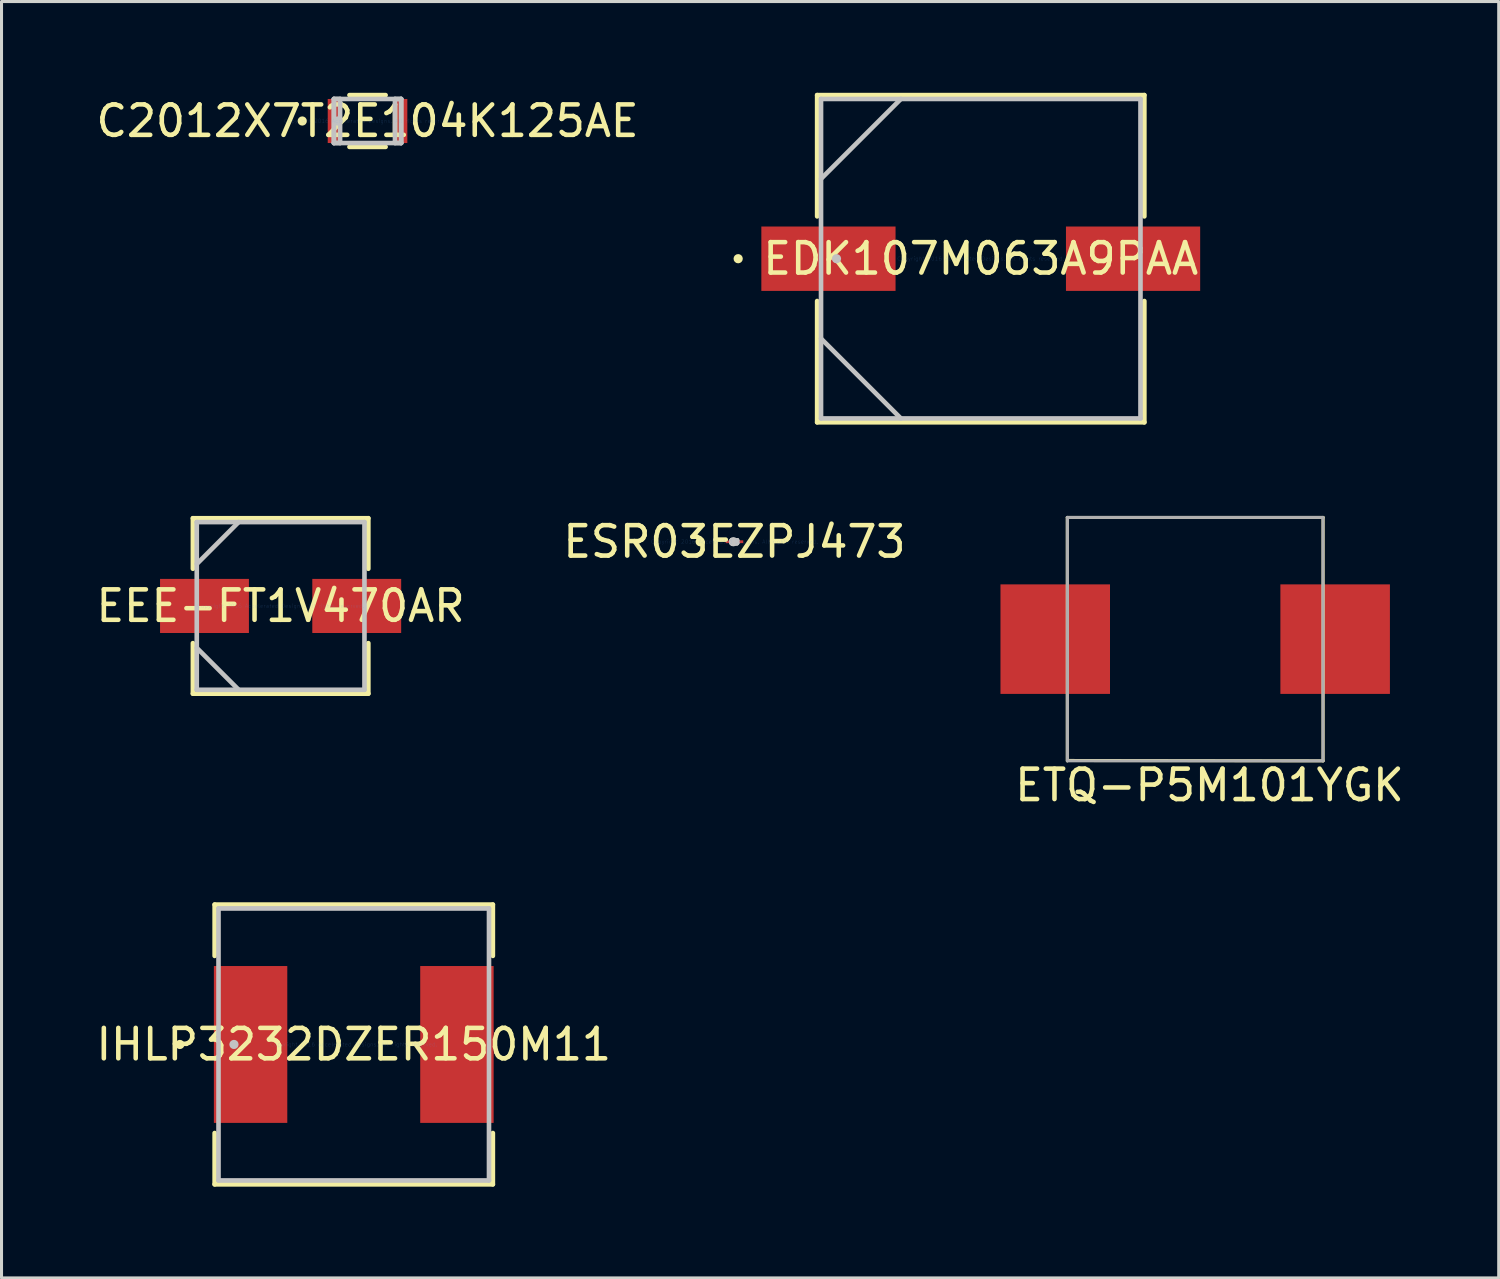
<source format=kicad_pcb>
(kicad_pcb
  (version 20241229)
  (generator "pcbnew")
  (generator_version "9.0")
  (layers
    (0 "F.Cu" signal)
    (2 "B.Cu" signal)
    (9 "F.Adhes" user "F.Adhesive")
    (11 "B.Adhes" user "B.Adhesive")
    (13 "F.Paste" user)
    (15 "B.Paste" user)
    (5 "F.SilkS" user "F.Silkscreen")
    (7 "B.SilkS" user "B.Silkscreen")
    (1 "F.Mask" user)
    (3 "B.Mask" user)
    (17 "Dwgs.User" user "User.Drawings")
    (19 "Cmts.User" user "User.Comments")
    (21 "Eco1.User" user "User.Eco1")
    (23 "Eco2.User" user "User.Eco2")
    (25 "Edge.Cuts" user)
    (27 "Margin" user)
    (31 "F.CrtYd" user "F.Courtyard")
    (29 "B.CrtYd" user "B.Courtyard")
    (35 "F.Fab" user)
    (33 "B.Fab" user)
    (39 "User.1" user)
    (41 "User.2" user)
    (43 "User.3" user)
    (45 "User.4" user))
  (footprint "EEE-FT1V470AR"
    (layer "F.Cu")
    (at 6.173 16.866)
    (property "Reference" "EEE-FT1V470AR" (at 0 0 0) (layer "F.SilkS") (effects (font (size 1 1) (thickness 0.15))))
    (attr through_hole)
    (fp_line (start -2.883 -2.883) (end -2.883 -1.222) (stroke (width 0.152) (type solid)) (layer "F.SilkS"))
    (fp_line (start -2.883 1.222) (end -2.883 2.883) (stroke (width 0.152) (type solid)) (layer "F.SilkS"))
    (fp_line (start -2.883 2.883) (end 2.883 2.883) (stroke (width 0.152) (type solid)) (layer "F.SilkS"))
    (fp_line (start 2.883 -2.883) (end -2.883 -2.883) (stroke (width 0.152) (type solid)) (layer "F.SilkS"))
    (fp_line (start 2.883 -1.222) (end 2.883 -2.883) (stroke (width 0.152) (type solid)) (layer "F.SilkS"))
    (fp_line (start 2.883 2.883) (end 2.883 1.222) (stroke (width 0.152) (type solid)) (layer "F.SilkS"))
    (fp_line (start -2.756 -2.756) (end -2.756 2.756) (stroke (width 0.152) (type solid)) (layer "Dwgs.User"))
    (fp_line (start -2.756 -1.378) (end -1.378 -2.756) (stroke (width 0.152) (type solid)) (layer "Dwgs.User"))
    (fp_line (start -2.756 1.378) (end -1.378 2.756) (stroke (width 0.152) (type solid)) (layer "Dwgs.User"))
    (fp_line (start -2.756 2.756) (end 2.756 2.756) (stroke (width 0.152) (type solid)) (layer "Dwgs.User"))
    (fp_line (start 2.756 -2.756) (end -2.756 -2.756) (stroke (width 0.152) (type solid)) (layer "Dwgs.User"))
    (fp_line (start 2.756 2.756) (end 2.756 -2.756) (stroke (width 0.152) (type solid)) (layer "Dwgs.User"))
    (fp_text user "Copyright 2016 Accelerated Designs. All rights reserved." (at 0 0 0) (layer "Cmts.User") (effects (font (size 0.127 0.127) (thickness 0.002))))
    (pad "1" smd rect (at -2.502 0) (size 2.921 1.778) (layers "F.Cu" "F.Mask" "F.Paste"))
    (pad "2" smd rect (at 2.502 0) (size 2.921 1.778) (layers "F.Cu" "F.Mask" "F.Paste")))
  (footprint "ETQ-P5M101YGK"
    (layer "F.Cu")
    (at 36.233 17.957)
    (property "Reference" "ETQ-P5M101YGK" (at 0.47 4.801 0) (layer "F.SilkS") (effects (font (size 1 1) (thickness 0.15))))
    (attr through_hole)
    (fp_line (start -4.204 -4) (end -4.204 4) (stroke (width 0.1) (type solid)) (layer "F.SilkS"))
    (fp_line (start -4.191 3.988) (end 4.204 4) (stroke (width 0.1) (type solid)) (layer "F.SilkS"))
    (fp_line (start 4.204 -4) (end -4.204 -4) (stroke (width 0.1) (type solid)) (layer "F.SilkS"))
    (fp_line (start 4.204 4) (end 4.204 -4) (stroke (width 0.1) (type solid)) (layer "F.SilkS"))
    (fp_line (start -4.2 -4) (end -4.2 4) (stroke (width 0.1) (type solid)) (layer "F.Fab"))
    (fp_line (start -4.2 -4) (end 4.2 -4) (stroke (width 0.1) (type solid)) (layer "F.Fab"))
    (fp_line (start -4.2 4) (end 4.2 4) (stroke (width 0.1) (type solid)) (layer "F.Fab"))
    (fp_line (start 4.2 -4) (end 4.2 4) (stroke (width 0.1) (type solid)) (layer "F.Fab"))
    (pad "1" smd rect (at -4.6 0) (size 3.6 3.6) (layers "F.Cu" "F.Mask" "F.Paste"))
    (pad "2" smd rect (at 4.6 0) (size 3.6 3.6) (layers "F.Cu" "F.Mask" "F.Paste")))
  (footprint "ESR03EZPJ473"
    (layer "F.Cu")
    (at 21.089 14.755)
    (property "Reference" "ESR03EZPJ473" (at 0 0 0) (layer "F.SilkS") (effects (font (size 1 1) (thickness 0.15))))
    (attr through_hole)
    (fp_circle (center -1.126 0) (end -1.05 0) (stroke (width 0.152) (type solid)) (fill no) (layer "F.SilkS"))
    (fp_line (start -0.085 -0.045) (end -0.085 0.045) (stroke (width 0.152) (type solid)) (layer "Dwgs.User"))
    (fp_line (start -0.085 -0.045) (end -0.085 0.045) (stroke (width 0.152) (type solid)) (layer "Dwgs.User"))
    (fp_line (start -0.085 0.045) (end -0.035 0.045) (stroke (width 0.152) (type solid)) (layer "Dwgs.User"))
    (fp_line (start -0.085 0.045) (end 0.085 0.045) (stroke (width 0.152) (type solid)) (layer "Dwgs.User"))
    (fp_line (start -0.035 -0.045) (end -0.085 -0.045) (stroke (width 0.152) (type solid)) (layer "Dwgs.User"))
    (fp_line (start -0.035 0.045) (end -0.035 -0.045) (stroke (width 0.152) (type solid)) (layer "Dwgs.User"))
    (fp_line (start 0.035 -0.045) (end 0.035 0.045) (stroke (width 0.152) (type solid)) (layer "Dwgs.User"))
    (fp_line (start 0.035 0.045) (end 0.085 0.045) (stroke (width 0.152) (type solid)) (layer "Dwgs.User"))
    (fp_line (start 0.085 -0.045) (end -0.085 -0.045) (stroke (width 0.152) (type solid)) (layer "Dwgs.User"))
    (fp_line (start 0.085 -0.045) (end 0.035 -0.045) (stroke (width 0.152) (type solid)) (layer "Dwgs.User"))
    (fp_line (start 0.085 0.045) (end 0.085 -0.045) (stroke (width 0.152) (type solid)) (layer "Dwgs.User"))
    (fp_line (start 0.085 0.045) (end 0.085 -0.045) (stroke (width 0.152) (type solid)) (layer "Dwgs.User"))
    (fp_circle (center -0.035 0) (end 0.042 0) (stroke (width 0.152) (type solid)) (fill no) (layer "Dwgs.User"))
    (fp_text user "Copyright 2016 Accelerated Designs. All rights reserved." (at 0 0 0) (layer "Cmts.User") (effects (font (size 0.127 0.127) (thickness 0.002))))
    (pad "1" smd rect (at -0.162 0) (size 0.253 0.09) (layers "F.Cu" "F.Mask" "F.Paste"))
    (pad "2" smd rect (at 0.162 0) (size 0.253 0.09) (layers "F.Cu" "F.Mask" "F.Paste")))
  (footprint "C2012X7T2E104K125AE"
    (layer "F.Cu")
    (at 9.03 0.927)
    (property "Reference" "C2012X7T2E104K125AE" (at 0 0 0) (layer "F.SilkS") (effects (font (size 1 1) (thickness 0.15))))
    (attr through_hole)
    (fp_line (start -0.594 0.851) (end 0.594 0.851) (stroke (width 0.152) (type solid)) (layer "F.SilkS"))
    (fp_line (start 0.594 -0.851) (end -0.594 -0.851) (stroke (width 0.152) (type solid)) (layer "F.SilkS"))
    (fp_circle (center -2.146 0) (end -2.07 0) (stroke (width 0.152) (type solid)) (fill no) (layer "F.SilkS"))
    (fp_line (start -1.105 -0.724) (end -1.105 0.724) (stroke (width 0.152) (type solid)) (layer "Dwgs.User"))
    (fp_line (start -1.105 -0.724) (end -1.105 0.724) (stroke (width 0.152) (type solid)) (layer "Dwgs.User"))
    (fp_line (start -1.105 0.724) (end -0.902 0.724) (stroke (width 0.152) (type solid)) (layer "Dwgs.User"))
    (fp_line (start -1.105 0.724) (end 1.105 0.724) (stroke (width 0.152) (type solid)) (layer "Dwgs.User"))
    (fp_line (start -0.902 -0.724) (end -1.105 -0.724) (stroke (width 0.152) (type solid)) (layer "Dwgs.User"))
    (fp_line (start -0.902 0.724) (end -0.902 -0.724) (stroke (width 0.152) (type solid)) (layer "Dwgs.User"))
    (fp_line (start 0.902 -0.724) (end 0.902 0.724) (stroke (width 0.152) (type solid)) (layer "Dwgs.User"))
    (fp_line (start 0.902 0.724) (end 1.105 0.724) (stroke (width 0.152) (type solid)) (layer "Dwgs.User"))
    (fp_line (start 1.105 -0.724) (end -1.105 -0.724) (stroke (width 0.152) (type solid)) (layer "Dwgs.User"))
    (fp_line (start 1.105 -0.724) (end 0.902 -0.724) (stroke (width 0.152) (type solid)) (layer "Dwgs.User"))
    (fp_line (start 1.105 0.724) (end 1.105 -0.724) (stroke (width 0.152) (type solid)) (layer "Dwgs.User"))
    (fp_line (start 1.105 0.724) (end 1.105 -0.724) (stroke (width 0.152) (type solid)) (layer "Dwgs.User"))
    (fp_circle (center -0.978 0) (end -0.902 0) (stroke (width 0.152) (type solid)) (fill no) (layer "Dwgs.User"))
    (fp_text user "Copyright 2016 Accelerated Designs. All rights reserved." (at 0 0 0) (layer "Cmts.User") (effects (font (size 0.127 0.127) (thickness 0.002))))
    (pad "1" smd rect (at -1.105 0) (size 0.406 1.448) (layers "F.Cu" "F.Mask" "F.Paste"))
    (pad "2" smd rect (at 1.105 0) (size 0.406 1.448) (layers "F.Cu" "F.Mask" "F.Paste")))
  (footprint "EDK107M063A9PAA"
    (layer "F.Cu")
    (at 29.185 5.453)
    (property "Reference" "EDK107M063A9PAA" (at 0 0 0) (layer "F.SilkS") (effects (font (size 1 1) (thickness 0.15))))
    (attr through_hole)
    (fp_line (start -5.377 -5.377) (end -5.377 -1.391) (stroke (width 0.152) (type solid)) (layer "F.SilkS"))
    (fp_line (start -5.377 1.391) (end -5.377 5.377) (stroke (width 0.152) (type solid)) (layer "F.SilkS"))
    (fp_line (start -5.377 5.377) (end 5.377 5.377) (stroke (width 0.152) (type solid)) (layer "F.SilkS"))
    (fp_line (start 5.377 -5.377) (end -5.377 -5.377) (stroke (width 0.152) (type solid)) (layer "F.SilkS"))
    (fp_line (start 5.377 -1.391) (end 5.377 -5.377) (stroke (width 0.152) (type solid)) (layer "F.SilkS"))
    (fp_line (start 5.377 5.377) (end 5.377 1.391) (stroke (width 0.152) (type solid)) (layer "F.SilkS"))
    (fp_circle (center -7.973 0) (end -7.897 0) (stroke (width 0.152) (type solid)) (fill no) (layer "F.SilkS"))
    (fp_line (start -5.25 -5.25) (end -5.25 5.25) (stroke (width 0.152) (type solid)) (layer "Dwgs.User"))
    (fp_line (start -5.25 -2.625) (end -2.625 -5.25) (stroke (width 0.152) (type solid)) (layer "Dwgs.User"))
    (fp_line (start -5.25 2.625) (end -2.625 5.25) (stroke (width 0.152) (type solid)) (layer "Dwgs.User"))
    (fp_line (start -5.25 5.25) (end 5.25 5.25) (stroke (width 0.152) (type solid)) (layer "Dwgs.User"))
    (fp_line (start 5.25 -5.25) (end -5.25 -5.25) (stroke (width 0.152) (type solid)) (layer "Dwgs.User"))
    (fp_line (start 5.25 5.25) (end 5.25 -5.25) (stroke (width 0.152) (type solid)) (layer "Dwgs.User"))
    (fp_circle (center -4.742 0) (end -4.666 0) (stroke (width 0.152) (type solid)) (fill no) (layer "Dwgs.User"))
    (fp_text user "Copyright 2016 Accelerated Designs. All rights reserved." (at 0 0 0) (layer "Cmts.User") (effects (font (size 0.127 0.127) (thickness 0.002))))
    (pad "1" smd rect (at -5.006 0) (size 4.411 2.116) (layers "F.Cu" "F.Mask" "F.Paste"))
    (pad "2" smd rect (at 5.006 0) (size 4.411 2.116) (layers "F.Cu" "F.Mask" "F.Paste")))
  (footprint "IHLP3232DZER150M11"
    (layer "F.Cu")
    (at 8.577 31.279)
    (property "Reference" "IHLP3232DZER150M11" (at 0 0 0) (layer "F.SilkS") (effects (font (size 1 1) (thickness 0.15))))
    (attr through_hole)
    (fp_line (start -4.572 -4.597) (end -4.572 -2.911) (stroke (width 0.152) (type solid)) (layer "F.SilkS"))
    (fp_line (start -4.572 2.911) (end -4.572 4.597) (stroke (width 0.152) (type solid)) (layer "F.SilkS"))
    (fp_line (start -4.572 4.597) (end 4.572 4.597) (stroke (width 0.152) (type solid)) (layer "F.SilkS"))
    (fp_line (start 4.572 -4.597) (end -4.572 -4.597) (stroke (width 0.152) (type solid)) (layer "F.SilkS"))
    (fp_line (start 4.572 -2.911) (end 4.572 -4.597) (stroke (width 0.152) (type solid)) (layer "F.SilkS"))
    (fp_line (start 4.572 4.597) (end 4.572 2.911) (stroke (width 0.152) (type solid)) (layer "F.SilkS"))
    (fp_circle (center -5.715 0) (end -5.639 0) (stroke (width 0.152) (type solid)) (fill no) (layer "F.SilkS"))
    (fp_line (start -4.445 -4.47) (end -4.445 4.47) (stroke (width 0.152) (type solid)) (layer "Dwgs.User"))
    (fp_line (start -4.445 4.47) (end 4.445 4.47) (stroke (width 0.152) (type solid)) (layer "Dwgs.User"))
    (fp_line (start 4.445 -4.47) (end -4.445 -4.47) (stroke (width 0.152) (type solid)) (layer "Dwgs.User"))
    (fp_line (start 4.445 4.47) (end 4.445 -4.47) (stroke (width 0.152) (type solid)) (layer "Dwgs.User"))
    (fp_circle (center -3.937 0) (end -3.861 0) (stroke (width 0.152) (type solid)) (fill no) (layer "Dwgs.User"))
    (fp_text user "Copyright 2016 Accelerated Designs. All rights reserved." (at 0 0 0) (layer "Cmts.User") (effects (font (size 0.127 0.127) (thickness 0.002))))
    (pad "1" smd rect (at -3.391 0 90) (size 5.156 2.413) (layers "F.Cu" "F.Mask" "F.Paste"))
    (pad "2" smd rect (at 3.391 0 90) (size 5.156 2.413) (layers "F.Cu" "F.Mask" "F.Paste")))
  (gr_rect
    (start -3 -3)
    (end 46.209 38.953)
    (stroke (width 0.1) (type default))
    (fill no)
    (layer "Edge.Cuts")))
</source>
